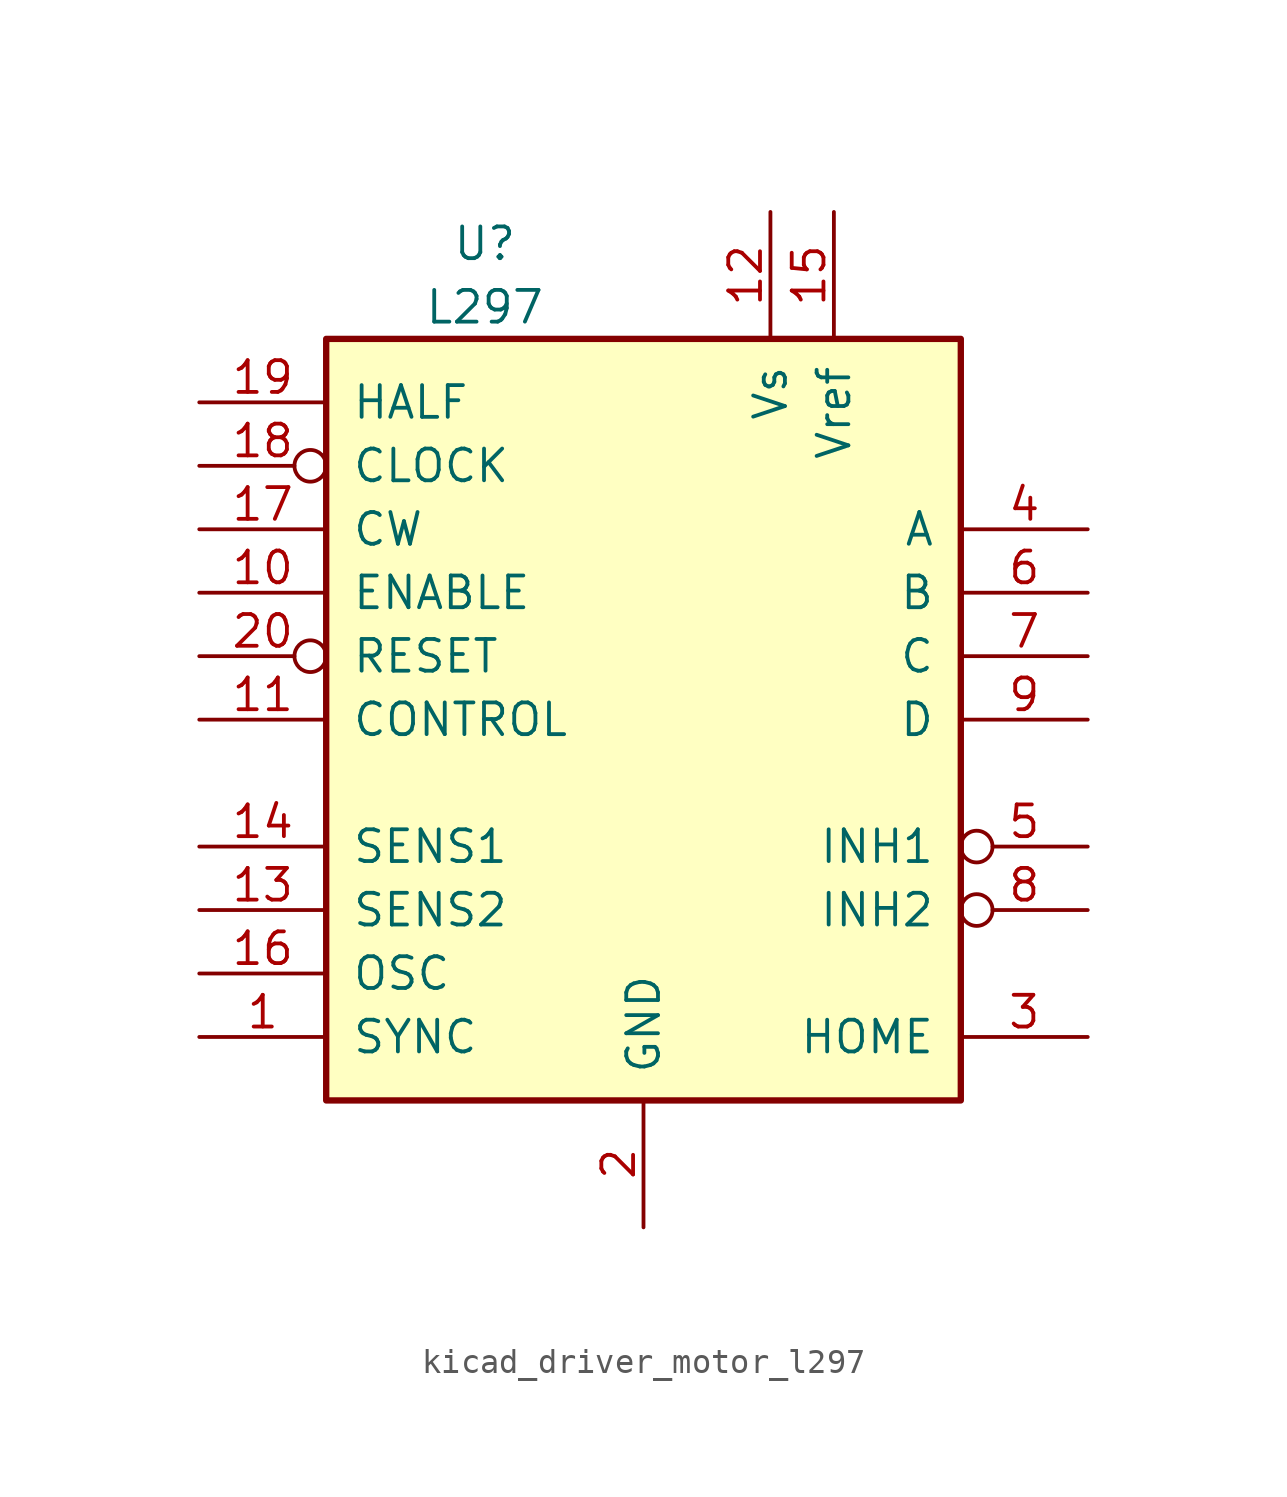
<source format=kicad_sym>
(kicad_symbol_lib
  (version 20220914)
  (generator kicad_symbol_editor)
  (symbol "kicad_driver_motor_l297"
    (pin_names
      (offset 1.016))
    (property "Reference" "U"
      (at -6.35 19.05 0)
      (effects (font (size 1.27 1.27))))
    (property "Value" "L297"
      (at -6.35 16.51 0)
      (effects (font (size 1.27 1.27))))
    (symbol "kicad_driver_motor_l297_0_1"
      (rectangle (start -12.7 15.24) (end 12.7 -15.24) (stroke (width 0.254) (type default)) (fill (type background))))
    (symbol "kicad_driver_motor_l297_1_0"
      (pin input line (at -17.78 0 0) (length 5.08) (name "CONTROL" (effects (font (size 1.27 1.27)))) (number "11" (effects (font (size 1.27 1.27)))))
      (pin power_in line (at 5.08 20.32 270) (length 5.08) (name "Vs" (effects (font (size 1.27 1.27)))) (number "12" (effects (font (size 1.27 1.27)))))
      (pin input line (at -17.78 -7.62 0) (length 5.08) (name "SENS2" (effects (font (size 1.27 1.27)))) (number "13" (effects (font (size 1.27 1.27)))))
      (pin input line (at -17.78 -5.08 0) (length 5.08) (name "SENS1" (effects (font (size 1.27 1.27)))) (number "14" (effects (font (size 1.27 1.27)))))
      (pin input line (at 7.62 20.32 270) (length 5.08) (name "Vref" (effects (font (size 1.27 1.27)))) (number "15" (effects (font (size 1.27 1.27)))))
      (pin input line (at -17.78 -10.16 0) (length 5.08) (name "OSC" (effects (font (size 1.27 1.27)))) (number "16" (effects (font (size 1.27 1.27)))))
      (pin input line (at -17.78 7.62 0) (length 5.08) (name "CW" (effects (font (size 1.27 1.27)))) (number "17" (effects (font (size 1.27 1.27)))))
      (pin input inverted (at -17.78 10.16 0) (length 5.08) (name "CLOCK" (effects (font (size 1.27 1.27)))) (number "18" (effects (font (size 1.27 1.27)))))
      (pin input line (at -17.78 12.7 0) (length 5.08) (name "HALF" (effects (font (size 1.27 1.27)))) (number "19" (effects (font (size 1.27 1.27)))))
      (pin input inverted (at -17.78 2.54 0) (length 5.08) (name "RESET" (effects (font (size 1.27 1.27)))) (number "20" (effects (font (size 1.27 1.27))))))
    (symbol "kicad_driver_motor_l297_1_1"
      (pin bidirectional line (at -17.78 -12.7 0) (length 5.08) (name "SYNC" (effects (font (size 1.27 1.27)))) (number "1" (effects (font (size 1.27 1.27)))))
      (pin input line (at -17.78 5.08 0) (length 5.08) (name "ENABLE" (effects (font (size 1.27 1.27)))) (number "10" (effects (font (size 1.27 1.27)))))
      (pin power_in line (at 0 -20.32 90) (length 5.08) (name "GND" (effects (font (size 1.27 1.27)))) (number "2" (effects (font (size 1.27 1.27)))))
      (pin open_collector line (at 17.78 -12.7 180) (length 5.08) (name "HOME" (effects (font (size 1.27 1.27)))) (number "3" (effects (font (size 1.27 1.27)))))
      (pin output line (at 17.78 7.62 180) (length 5.08) (name "A" (effects (font (size 1.27 1.27)))) (number "4" (effects (font (size 1.27 1.27)))))
      (pin output inverted (at 17.78 -5.08 180) (length 5.08) (name "INH1" (effects (font (size 1.27 1.27)))) (number "5" (effects (font (size 1.27 1.27)))))
      (pin output line (at 17.78 5.08 180) (length 5.08) (name "B" (effects (font (size 1.27 1.27)))) (number "6" (effects (font (size 1.27 1.27)))))
      (pin output line (at 17.78 2.54 180) (length 5.08) (name "C" (effects (font (size 1.27 1.27)))) (number "7" (effects (font (size 1.27 1.27)))))
      (pin output inverted (at 17.78 -7.62 180) (length 5.08) (name "INH2" (effects (font (size 1.27 1.27)))) (number "8" (effects (font (size 1.27 1.27)))))
      (pin output line (at 17.78 0 180) (length 5.08) (name "D" (effects (font (size 1.27 1.27)))) (number "9" (effects (font (size 1.27 1.27))))))))
</source>
